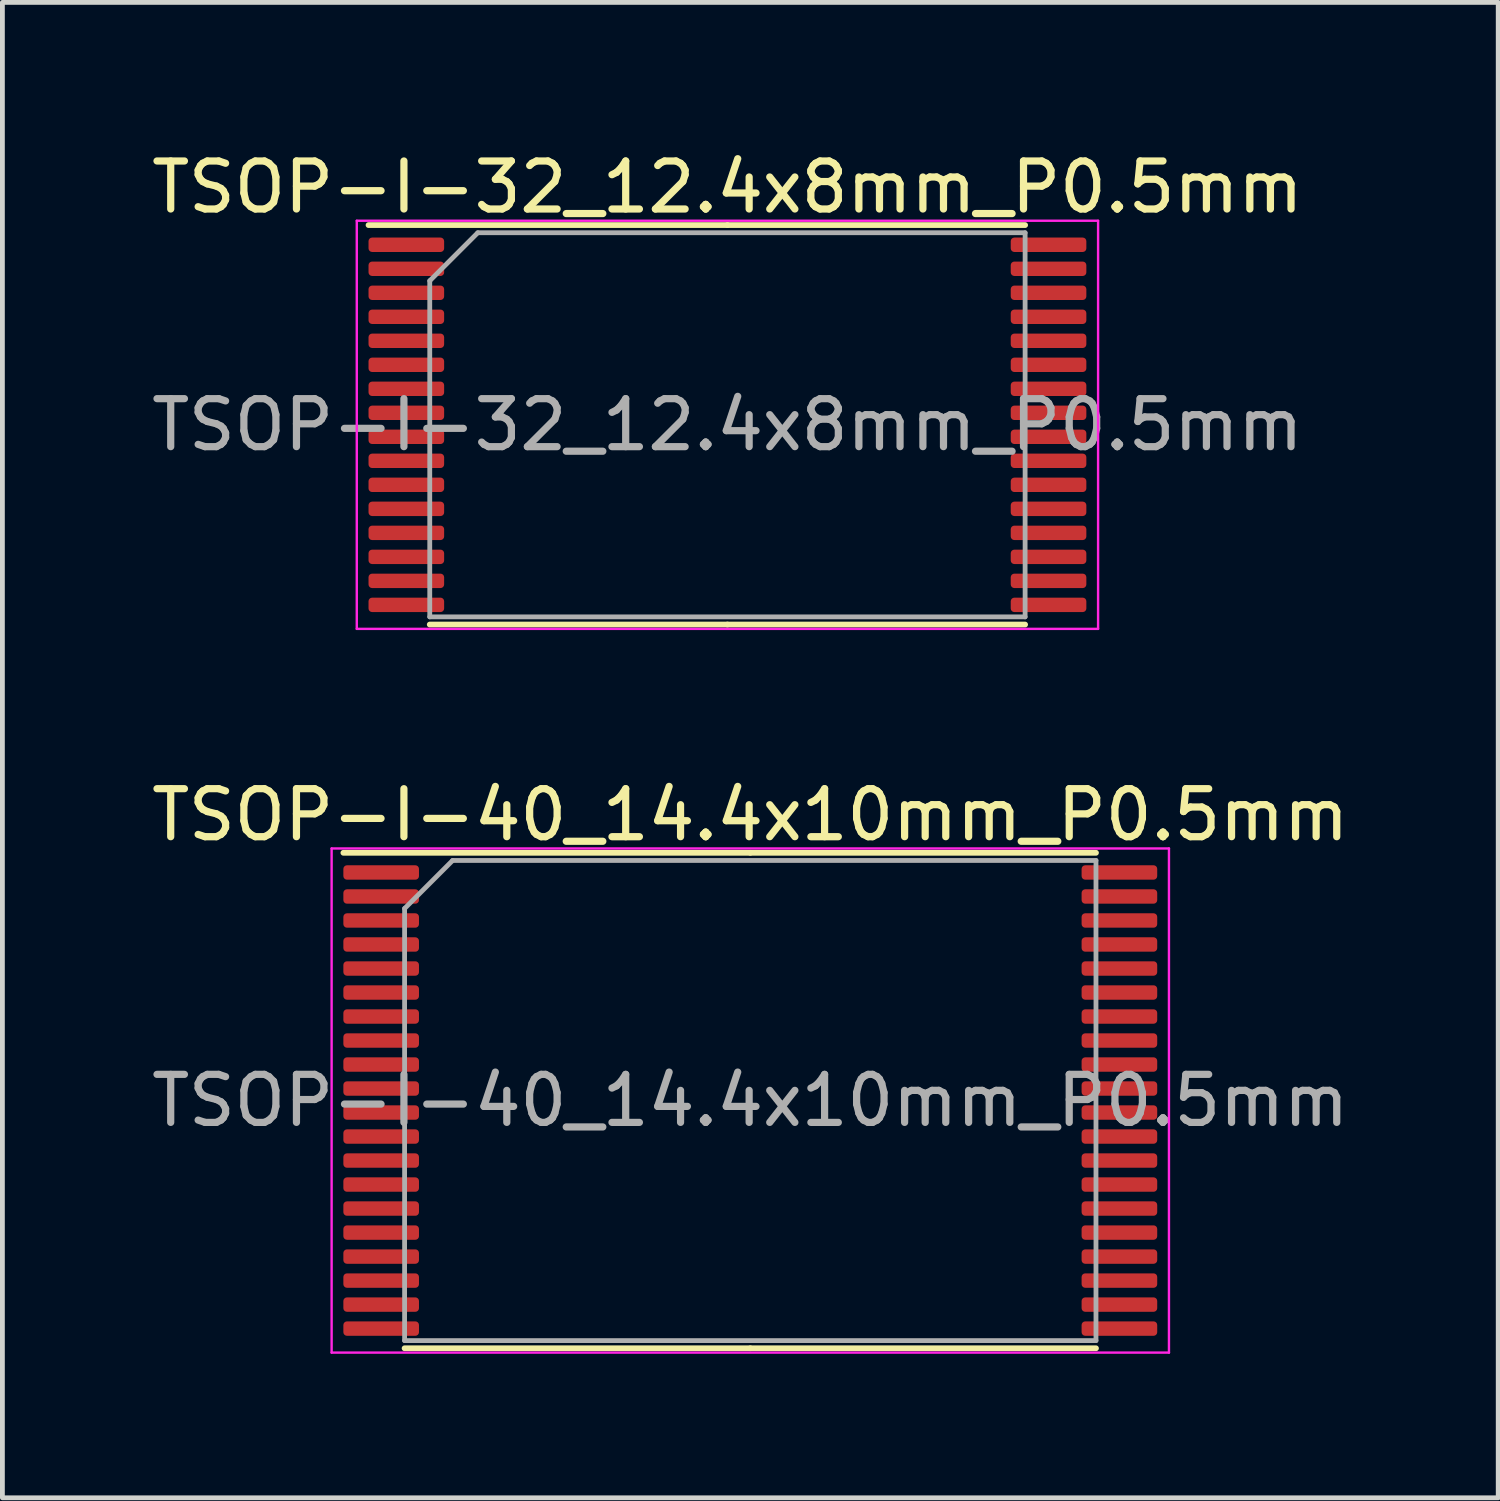
<source format=kicad_pcb>
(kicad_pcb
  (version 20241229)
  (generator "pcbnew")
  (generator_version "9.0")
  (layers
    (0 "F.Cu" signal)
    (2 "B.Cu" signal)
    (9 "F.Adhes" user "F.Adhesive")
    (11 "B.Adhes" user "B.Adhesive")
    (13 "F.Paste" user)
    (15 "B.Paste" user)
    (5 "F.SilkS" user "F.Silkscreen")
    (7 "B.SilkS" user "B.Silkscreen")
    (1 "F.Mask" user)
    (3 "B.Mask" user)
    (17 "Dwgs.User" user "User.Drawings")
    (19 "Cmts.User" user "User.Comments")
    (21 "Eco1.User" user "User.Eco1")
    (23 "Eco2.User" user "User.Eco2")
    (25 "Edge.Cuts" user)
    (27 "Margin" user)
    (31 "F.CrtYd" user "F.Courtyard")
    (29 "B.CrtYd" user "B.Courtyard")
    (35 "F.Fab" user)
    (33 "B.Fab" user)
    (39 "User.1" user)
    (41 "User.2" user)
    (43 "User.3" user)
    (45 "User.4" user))
  (footprint "TSOP-I-40_14.4x10mm_P0.5mm"
    (layer "F.Cu")
    (at 12.577 19.872)
    (property "Reference" "TSOP-I-40_14.4x10mm_P0.5mm" (at 0 -5.95 0) (layer "F.SilkS") (effects (font (size 1 1) (thickness 0.15))))
    (attr smd)
    (fp_line (start 0 -5.16) (end -8.475 -5.16) (stroke (width 0.12) (type solid)) (layer "F.SilkS"))
    (fp_line (start 0 -5.16) (end 7.2 -5.16) (stroke (width 0.12) (type solid)) (layer "F.SilkS"))
    (fp_line (start 0 5.16) (end -7.2 5.16) (stroke (width 0.12) (type solid)) (layer "F.SilkS"))
    (fp_line (start 0 5.16) (end 7.2 5.16) (stroke (width 0.12) (type solid)) (layer "F.SilkS"))
    (fp_line (start -8.72 -5.25) (end -8.72 5.25) (stroke (width 0.05) (type solid)) (layer "F.CrtYd"))
    (fp_line (start -8.72 5.25) (end 8.72 5.25) (stroke (width 0.05) (type solid)) (layer "F.CrtYd"))
    (fp_line (start 8.72 -5.25) (end -8.72 -5.25) (stroke (width 0.05) (type solid)) (layer "F.CrtYd"))
    (fp_line (start 8.72 5.25) (end 8.72 -5.25) (stroke (width 0.05) (type solid)) (layer "F.CrtYd"))
    (fp_line (start -7.2 -4) (end -6.2 -5) (stroke (width 0.1) (type solid)) (layer "F.Fab"))
    (fp_line (start -7.2 5) (end -7.2 -4) (stroke (width 0.1) (type solid)) (layer "F.Fab"))
    (fp_line (start -6.2 -5) (end 7.2 -5) (stroke (width 0.1) (type solid)) (layer "F.Fab"))
    (fp_line (start 7.2 -5) (end 7.2 5) (stroke (width 0.1) (type solid)) (layer "F.Fab"))
    (fp_line (start 7.2 5) (end -7.2 5) (stroke (width 0.1) (type solid)) (layer "F.Fab"))
    (fp_text user "${REFERENCE}" (at 0 0 0) (layer "F.Fab") (effects (font (size 1 1) (thickness 0.15))))
    (pad "1" smd roundrect (at -7.688 -4.75) (size 1.575 0.3) (layers "F.Cu" "F.Mask" "F.Paste") (roundrect_rratio 0.25))
    (pad "2" smd roundrect (at -7.688 -4.25) (size 1.575 0.3) (layers "F.Cu" "F.Mask" "F.Paste") (roundrect_rratio 0.25))
    (pad "3" smd roundrect (at -7.688 -3.75) (size 1.575 0.3) (layers "F.Cu" "F.Mask" "F.Paste") (roundrect_rratio 0.25))
    (pad "4" smd roundrect (at -7.688 -3.25) (size 1.575 0.3) (layers "F.Cu" "F.Mask" "F.Paste") (roundrect_rratio 0.25))
    (pad "5" smd roundrect (at -7.688 -2.75) (size 1.575 0.3) (layers "F.Cu" "F.Mask" "F.Paste") (roundrect_rratio 0.25))
    (pad "6" smd roundrect (at -7.688 -2.25) (size 1.575 0.3) (layers "F.Cu" "F.Mask" "F.Paste") (roundrect_rratio 0.25))
    (pad "7" smd roundrect (at -7.688 -1.75) (size 1.575 0.3) (layers "F.Cu" "F.Mask" "F.Paste") (roundrect_rratio 0.25))
    (pad "8" smd roundrect (at -7.688 -1.25) (size 1.575 0.3) (layers "F.Cu" "F.Mask" "F.Paste") (roundrect_rratio 0.25))
    (pad "9" smd roundrect (at -7.688 -0.75) (size 1.575 0.3) (layers "F.Cu" "F.Mask" "F.Paste") (roundrect_rratio 0.25))
    (pad "10" smd roundrect (at -7.688 -0.25) (size 1.575 0.3) (layers "F.Cu" "F.Mask" "F.Paste") (roundrect_rratio 0.25))
    (pad "11" smd roundrect (at -7.688 0.25) (size 1.575 0.3) (layers "F.Cu" "F.Mask" "F.Paste") (roundrect_rratio 0.25))
    (pad "12" smd roundrect (at -7.688 0.75) (size 1.575 0.3) (layers "F.Cu" "F.Mask" "F.Paste") (roundrect_rratio 0.25))
    (pad "13" smd roundrect (at -7.688 1.25) (size 1.575 0.3) (layers "F.Cu" "F.Mask" "F.Paste") (roundrect_rratio 0.25))
    (pad "14" smd roundrect (at -7.688 1.75) (size 1.575 0.3) (layers "F.Cu" "F.Mask" "F.Paste") (roundrect_rratio 0.25))
    (pad "15" smd roundrect (at -7.688 2.25) (size 1.575 0.3) (layers "F.Cu" "F.Mask" "F.Paste") (roundrect_rratio 0.25))
    (pad "16" smd roundrect (at -7.688 2.75) (size 1.575 0.3) (layers "F.Cu" "F.Mask" "F.Paste") (roundrect_rratio 0.25))
    (pad "17" smd roundrect (at -7.688 3.25) (size 1.575 0.3) (layers "F.Cu" "F.Mask" "F.Paste") (roundrect_rratio 0.25))
    (pad "18" smd roundrect (at -7.688 3.75) (size 1.575 0.3) (layers "F.Cu" "F.Mask" "F.Paste") (roundrect_rratio 0.25))
    (pad "19" smd roundrect (at -7.688 4.25) (size 1.575 0.3) (layers "F.Cu" "F.Mask" "F.Paste") (roundrect_rratio 0.25))
    (pad "20" smd roundrect (at -7.688 4.75) (size 1.575 0.3) (layers "F.Cu" "F.Mask" "F.Paste") (roundrect_rratio 0.25))
    (pad "21" smd roundrect (at 7.688 4.75) (size 1.575 0.3) (layers "F.Cu" "F.Mask" "F.Paste") (roundrect_rratio 0.25))
    (pad "22" smd roundrect (at 7.688 4.25) (size 1.575 0.3) (layers "F.Cu" "F.Mask" "F.Paste") (roundrect_rratio 0.25))
    (pad "23" smd roundrect (at 7.688 3.75) (size 1.575 0.3) (layers "F.Cu" "F.Mask" "F.Paste") (roundrect_rratio 0.25))
    (pad "24" smd roundrect (at 7.688 3.25) (size 1.575 0.3) (layers "F.Cu" "F.Mask" "F.Paste") (roundrect_rratio 0.25))
    (pad "25" smd roundrect (at 7.688 2.75) (size 1.575 0.3) (layers "F.Cu" "F.Mask" "F.Paste") (roundrect_rratio 0.25))
    (pad "26" smd roundrect (at 7.688 2.25) (size 1.575 0.3) (layers "F.Cu" "F.Mask" "F.Paste") (roundrect_rratio 0.25))
    (pad "27" smd roundrect (at 7.688 1.75) (size 1.575 0.3) (layers "F.Cu" "F.Mask" "F.Paste") (roundrect_rratio 0.25))
    (pad "28" smd roundrect (at 7.688 1.25) (size 1.575 0.3) (layers "F.Cu" "F.Mask" "F.Paste") (roundrect_rratio 0.25))
    (pad "29" smd roundrect (at 7.688 0.75) (size 1.575 0.3) (layers "F.Cu" "F.Mask" "F.Paste") (roundrect_rratio 0.25))
    (pad "30" smd roundrect (at 7.688 0.25) (size 1.575 0.3) (layers "F.Cu" "F.Mask" "F.Paste") (roundrect_rratio 0.25))
    (pad "31" smd roundrect (at 7.688 -0.25) (size 1.575 0.3) (layers "F.Cu" "F.Mask" "F.Paste") (roundrect_rratio 0.25))
    (pad "32" smd roundrect (at 7.688 -0.75) (size 1.575 0.3) (layers "F.Cu" "F.Mask" "F.Paste") (roundrect_rratio 0.25))
    (pad "33" smd roundrect (at 7.688 -1.25) (size 1.575 0.3) (layers "F.Cu" "F.Mask" "F.Paste") (roundrect_rratio 0.25))
    (pad "34" smd roundrect (at 7.688 -1.75) (size 1.575 0.3) (layers "F.Cu" "F.Mask" "F.Paste") (roundrect_rratio 0.25))
    (pad "35" smd roundrect (at 7.688 -2.25) (size 1.575 0.3) (layers "F.Cu" "F.Mask" "F.Paste") (roundrect_rratio 0.25))
    (pad "36" smd roundrect (at 7.688 -2.75) (size 1.575 0.3) (layers "F.Cu" "F.Mask" "F.Paste") (roundrect_rratio 0.25))
    (pad "37" smd roundrect (at 7.688 -3.25) (size 1.575 0.3) (layers "F.Cu" "F.Mask" "F.Paste") (roundrect_rratio 0.25))
    (pad "38" smd roundrect (at 7.688 -3.75) (size 1.575 0.3) (layers "F.Cu" "F.Mask" "F.Paste") (roundrect_rratio 0.25))
    (pad "39" smd roundrect (at 7.688 -4.25) (size 1.575 0.3) (layers "F.Cu" "F.Mask" "F.Paste") (roundrect_rratio 0.25))
    (pad "40" smd roundrect (at 7.688 -4.75) (size 1.575 0.3) (layers "F.Cu" "F.Mask" "F.Paste") (roundrect_rratio 0.25)))
  (footprint "TSOP-I-32_12.4x8mm_P0.5mm"
    (layer "F.Cu")
    (at 12.101 5.798)
    (property "Reference" "TSOP-I-32_12.4x8mm_P0.5mm" (at 0 -4.95 0) (layer "F.SilkS") (effects (font (size 1 1) (thickness 0.15))))
    (attr smd)
    (fp_line (start 0 -4.16) (end -7.475 -4.16) (stroke (width 0.12) (type solid)) (layer "F.SilkS"))
    (fp_line (start 0 -4.16) (end 6.2 -4.16) (stroke (width 0.12) (type solid)) (layer "F.SilkS"))
    (fp_line (start 0 4.16) (end -6.2 4.16) (stroke (width 0.12) (type solid)) (layer "F.SilkS"))
    (fp_line (start 0 4.16) (end 6.2 4.16) (stroke (width 0.12) (type solid)) (layer "F.SilkS"))
    (fp_line (start -7.72 -4.25) (end -7.72 4.25) (stroke (width 0.05) (type solid)) (layer "F.CrtYd"))
    (fp_line (start -7.72 4.25) (end 7.72 4.25) (stroke (width 0.05) (type solid)) (layer "F.CrtYd"))
    (fp_line (start 7.72 -4.25) (end -7.72 -4.25) (stroke (width 0.05) (type solid)) (layer "F.CrtYd"))
    (fp_line (start 7.72 4.25) (end 7.72 -4.25) (stroke (width 0.05) (type solid)) (layer "F.CrtYd"))
    (fp_line (start -6.2 -3) (end -5.2 -4) (stroke (width 0.1) (type solid)) (layer "F.Fab"))
    (fp_line (start -6.2 4) (end -6.2 -3) (stroke (width 0.1) (type solid)) (layer "F.Fab"))
    (fp_line (start -5.2 -4) (end 6.2 -4) (stroke (width 0.1) (type solid)) (layer "F.Fab"))
    (fp_line (start 6.2 -4) (end 6.2 4) (stroke (width 0.1) (type solid)) (layer "F.Fab"))
    (fp_line (start 6.2 4) (end -6.2 4) (stroke (width 0.1) (type solid)) (layer "F.Fab"))
    (fp_text user "${REFERENCE}" (at 0 0 0) (layer "F.Fab") (effects (font (size 1 1) (thickness 0.15))))
    (pad "1" smd roundrect (at -6.688 -3.75) (size 1.575 0.3) (layers "F.Cu" "F.Mask" "F.Paste") (roundrect_rratio 0.25))
    (pad "2" smd roundrect (at -6.688 -3.25) (size 1.575 0.3) (layers "F.Cu" "F.Mask" "F.Paste") (roundrect_rratio 0.25))
    (pad "3" smd roundrect (at -6.688 -2.75) (size 1.575 0.3) (layers "F.Cu" "F.Mask" "F.Paste") (roundrect_rratio 0.25))
    (pad "4" smd roundrect (at -6.688 -2.25) (size 1.575 0.3) (layers "F.Cu" "F.Mask" "F.Paste") (roundrect_rratio 0.25))
    (pad "5" smd roundrect (at -6.688 -1.75) (size 1.575 0.3) (layers "F.Cu" "F.Mask" "F.Paste") (roundrect_rratio 0.25))
    (pad "6" smd roundrect (at -6.688 -1.25) (size 1.575 0.3) (layers "F.Cu" "F.Mask" "F.Paste") (roundrect_rratio 0.25))
    (pad "7" smd roundrect (at -6.688 -0.75) (size 1.575 0.3) (layers "F.Cu" "F.Mask" "F.Paste") (roundrect_rratio 0.25))
    (pad "8" smd roundrect (at -6.688 -0.25) (size 1.575 0.3) (layers "F.Cu" "F.Mask" "F.Paste") (roundrect_rratio 0.25))
    (pad "9" smd roundrect (at -6.688 0.25) (size 1.575 0.3) (layers "F.Cu" "F.Mask" "F.Paste") (roundrect_rratio 0.25))
    (pad "10" smd roundrect (at -6.688 0.75) (size 1.575 0.3) (layers "F.Cu" "F.Mask" "F.Paste") (roundrect_rratio 0.25))
    (pad "11" smd roundrect (at -6.688 1.25) (size 1.575 0.3) (layers "F.Cu" "F.Mask" "F.Paste") (roundrect_rratio 0.25))
    (pad "12" smd roundrect (at -6.688 1.75) (size 1.575 0.3) (layers "F.Cu" "F.Mask" "F.Paste") (roundrect_rratio 0.25))
    (pad "13" smd roundrect (at -6.688 2.25) (size 1.575 0.3) (layers "F.Cu" "F.Mask" "F.Paste") (roundrect_rratio 0.25))
    (pad "14" smd roundrect (at -6.688 2.75) (size 1.575 0.3) (layers "F.Cu" "F.Mask" "F.Paste") (roundrect_rratio 0.25))
    (pad "15" smd roundrect (at -6.688 3.25) (size 1.575 0.3) (layers "F.Cu" "F.Mask" "F.Paste") (roundrect_rratio 0.25))
    (pad "16" smd roundrect (at -6.688 3.75) (size 1.575 0.3) (layers "F.Cu" "F.Mask" "F.Paste") (roundrect_rratio 0.25))
    (pad "17" smd roundrect (at 6.688 3.75) (size 1.575 0.3) (layers "F.Cu" "F.Mask" "F.Paste") (roundrect_rratio 0.25))
    (pad "18" smd roundrect (at 6.688 3.25) (size 1.575 0.3) (layers "F.Cu" "F.Mask" "F.Paste") (roundrect_rratio 0.25))
    (pad "19" smd roundrect (at 6.688 2.75) (size 1.575 0.3) (layers "F.Cu" "F.Mask" "F.Paste") (roundrect_rratio 0.25))
    (pad "20" smd roundrect (at 6.688 2.25) (size 1.575 0.3) (layers "F.Cu" "F.Mask" "F.Paste") (roundrect_rratio 0.25))
    (pad "21" smd roundrect (at 6.688 1.75) (size 1.575 0.3) (layers "F.Cu" "F.Mask" "F.Paste") (roundrect_rratio 0.25))
    (pad "22" smd roundrect (at 6.688 1.25) (size 1.575 0.3) (layers "F.Cu" "F.Mask" "F.Paste") (roundrect_rratio 0.25))
    (pad "23" smd roundrect (at 6.688 0.75) (size 1.575 0.3) (layers "F.Cu" "F.Mask" "F.Paste") (roundrect_rratio 0.25))
    (pad "24" smd roundrect (at 6.688 0.25) (size 1.575 0.3) (layers "F.Cu" "F.Mask" "F.Paste") (roundrect_rratio 0.25))
    (pad "25" smd roundrect (at 6.688 -0.25) (size 1.575 0.3) (layers "F.Cu" "F.Mask" "F.Paste") (roundrect_rratio 0.25))
    (pad "26" smd roundrect (at 6.688 -0.75) (size 1.575 0.3) (layers "F.Cu" "F.Mask" "F.Paste") (roundrect_rratio 0.25))
    (pad "27" smd roundrect (at 6.688 -1.25) (size 1.575 0.3) (layers "F.Cu" "F.Mask" "F.Paste") (roundrect_rratio 0.25))
    (pad "28" smd roundrect (at 6.688 -1.75) (size 1.575 0.3) (layers "F.Cu" "F.Mask" "F.Paste") (roundrect_rratio 0.25))
    (pad "29" smd roundrect (at 6.688 -2.25) (size 1.575 0.3) (layers "F.Cu" "F.Mask" "F.Paste") (roundrect_rratio 0.25))
    (pad "30" smd roundrect (at 6.688 -2.75) (size 1.575 0.3) (layers "F.Cu" "F.Mask" "F.Paste") (roundrect_rratio 0.25))
    (pad "31" smd roundrect (at 6.688 -3.25) (size 1.575 0.3) (layers "F.Cu" "F.Mask" "F.Paste") (roundrect_rratio 0.25))
    (pad "32" smd roundrect (at 6.688 -3.75) (size 1.575 0.3) (layers "F.Cu" "F.Mask" "F.Paste") (roundrect_rratio 0.25)))
  (gr_rect
    (start -3 -3)
    (end 28.155 28.146)
    (stroke (width 0.1) (type default))
    (fill no)
    (layer "Edge.Cuts")))
</source>
